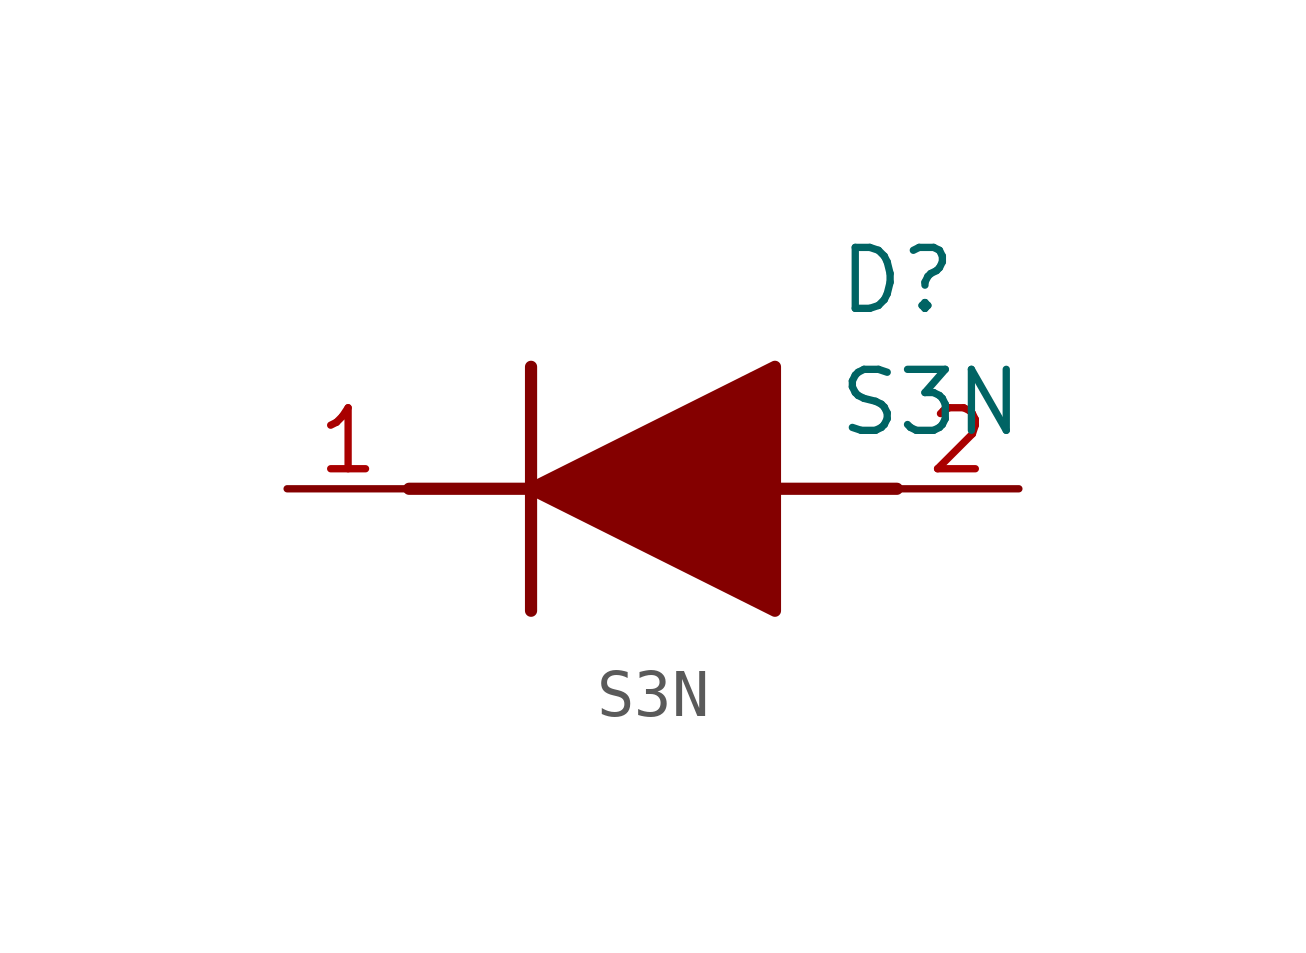
<source format=kicad_sym>
(kicad_symbol_lib
  (version 20211014)
  (generator SamacSys_ECAD_Model)
  (symbol "S3N"
    (pin_names hide)
    (property "Reference" "D"
      (at 11.43 5.08 0)
      (effects (font (size 1.27 1.27)) (justify left top)))
    (property "Value" "S3N"
      (at 11.43 2.54 0)
      (effects (font (size 1.27 1.27)) (justify left top)))
    (polyline
      (pts (xy 5.08 2.54) (xy 5.08 -2.54))
      (stroke (width 0.254) (type default))
      (fill (type none)))
    (polyline
      (pts (xy 2.54 0) (xy 5.08 0))
      (stroke (width 0.254) (type default))
      (fill (type none)))
    (polyline
      (pts (xy 10.16 0) (xy 12.7 0))
      (stroke (width 0.254) (type default))
      (fill (type none)))
    (polyline
      (pts (xy 5.08 0) (xy 10.16 2.54) (xy 10.16 -2.54) (xy 5.08 0))
      (stroke (width 0.254) (type default))
      (fill (type outline)))
    (pin passive line
      (at 0 0 0)
      (length 2.54)
      (name "K" (effects (font (size 1.27 1.27))))
      (number "1" (effects (font (size 1.27 1.27)))))
    (pin passive line
      (at 15.24 0 180)
      (length 2.54)
      (name "A" (effects (font (size 1.27 1.27))))
      (number "2" (effects (font (size 1.27 1.27)))))))
</source>
